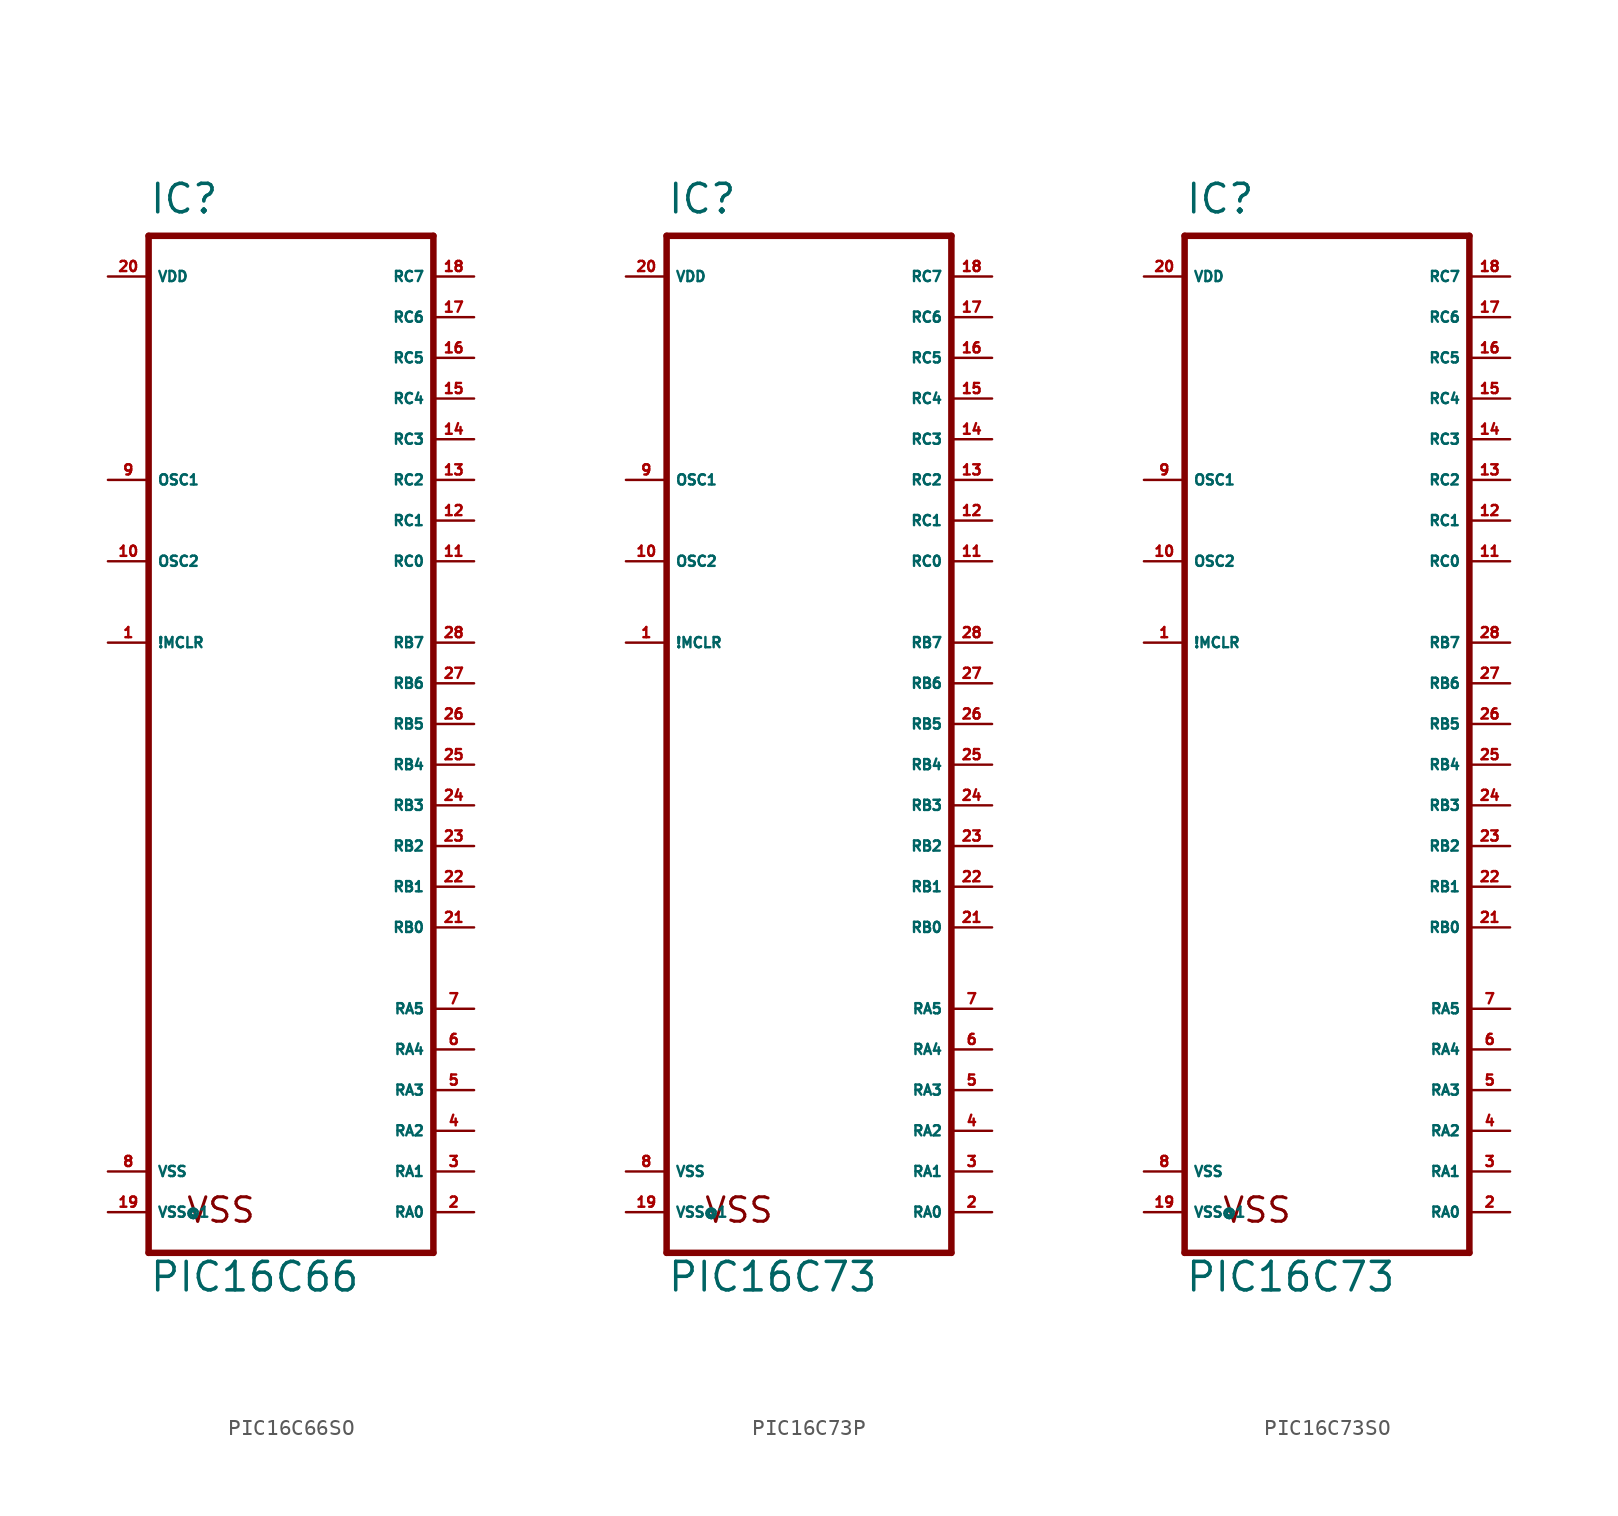
<source format=kicad_sym>
(kicad_symbol_lib
  (version 20220914)
  (generator Eagle2Kicad)
  (symbol "PIC16C66SO"
    (property "Reference" "IC"
      (at -7.62 31.75 0)
      (effects (font (size 1.778 1.778) (thickness 0.22)) (justify left bottom)))
    (property "Value" "PIC16C66"
      (at -7.62 -35.56 0)
      (effects (font (size 1.778 1.778) (thickness 0.22)) (justify left bottom)))
    (polyline
      (pts (xy -7.62 -33.02) (xy 10.16 -33.02))
      (stroke (width 0.406) (type default))
      (fill (type none)))
    (polyline
      (pts (xy 10.16 -33.02) (xy 10.16 30.48))
      (stroke (width 0.406) (type default))
      (fill (type none)))
    (polyline
      (pts (xy 10.16 30.48) (xy -7.62 30.48))
      (stroke (width 0.406) (type default))
      (fill (type none)))
    (polyline
      (pts (xy -7.62 30.48) (xy -7.62 -33.02))
      (stroke (width 0.406) (type default))
      (fill (type none)))
    (text "VSS"
      (at -5.334 -31.242 0)
      (effects (font (size 1.524 1.524) (thickness 0.19)) (justify left bottom)))
    (pin input line
      (at -10.16 5.08 0)
      (length 2.54)
      (name "!MCLR" (effects (font (size 0.635 0.635) (thickness 0.08)) (justify left bottom)))
      (number "1" (effects (font (size 0.635 0.635) (thickness 0.08)) (justify left bottom))))
    (pin bidirectional line
      (at -10.16 15.24 0)
      (length 2.54)
      (name "OSC1" (effects (font (size 0.635 0.635) (thickness 0.08)) (justify left bottom)))
      (number "9" (effects (font (size 0.635 0.635) (thickness 0.08)) (justify left bottom))))
    (pin bidirectional line
      (at 12.7 -30.48 180)
      (length 2.54)
      (name "RA0" (effects (font (size 0.635 0.635) (thickness 0.08)) (justify left bottom)))
      (number "2" (effects (font (size 0.635 0.635) (thickness 0.08)) (justify left bottom))))
    (pin bidirectional line
      (at 12.7 -27.94 180)
      (length 2.54)
      (name "RA1" (effects (font (size 0.635 0.635) (thickness 0.08)) (justify left bottom)))
      (number "3" (effects (font (size 0.635 0.635) (thickness 0.08)) (justify left bottom))))
    (pin bidirectional line
      (at 12.7 -25.4 180)
      (length 2.54)
      (name "RA2" (effects (font (size 0.635 0.635) (thickness 0.08)) (justify left bottom)))
      (number "4" (effects (font (size 0.635 0.635) (thickness 0.08)) (justify left bottom))))
    (pin bidirectional line
      (at 12.7 -22.86 180)
      (length 2.54)
      (name "RA3" (effects (font (size 0.635 0.635) (thickness 0.08)) (justify left bottom)))
      (number "5" (effects (font (size 0.635 0.635) (thickness 0.08)) (justify left bottom))))
    (pin bidirectional line
      (at 12.7 -20.32 180)
      (length 2.54)
      (name "RA4" (effects (font (size 0.635 0.635) (thickness 0.08)) (justify left bottom)))
      (number "6" (effects (font (size 0.635 0.635) (thickness 0.08)) (justify left bottom))))
    (pin bidirectional line
      (at 12.7 -17.78 180)
      (length 2.54)
      (name "RA5" (effects (font (size 0.635 0.635) (thickness 0.08)) (justify left bottom)))
      (number "7" (effects (font (size 0.635 0.635) (thickness 0.08)) (justify left bottom))))
    (pin bidirectional line
      (at -10.16 10.16 0)
      (length 2.54)
      (name "OSC2" (effects (font (size 0.635 0.635) (thickness 0.08)) (justify left bottom)))
      (number "10" (effects (font (size 0.635 0.635) (thickness 0.08)) (justify left bottom))))
    (pin bidirectional line
      (at 12.7 27.94 180)
      (length 2.54)
      (name "RC7" (effects (font (size 0.635 0.635) (thickness 0.08)) (justify left bottom)))
      (number "18" (effects (font (size 0.635 0.635) (thickness 0.08)) (justify left bottom))))
    (pin bidirectional line
      (at 12.7 25.4 180)
      (length 2.54)
      (name "RC6" (effects (font (size 0.635 0.635) (thickness 0.08)) (justify left bottom)))
      (number "17" (effects (font (size 0.635 0.635) (thickness 0.08)) (justify left bottom))))
    (pin bidirectional line
      (at 12.7 22.86 180)
      (length 2.54)
      (name "RC5" (effects (font (size 0.635 0.635) (thickness 0.08)) (justify left bottom)))
      (number "16" (effects (font (size 0.635 0.635) (thickness 0.08)) (justify left bottom))))
    (pin bidirectional line
      (at 12.7 20.32 180)
      (length 2.54)
      (name "RC4" (effects (font (size 0.635 0.635) (thickness 0.08)) (justify left bottom)))
      (number "15" (effects (font (size 0.635 0.635) (thickness 0.08)) (justify left bottom))))
    (pin bidirectional line
      (at 12.7 17.78 180)
      (length 2.54)
      (name "RC3" (effects (font (size 0.635 0.635) (thickness 0.08)) (justify left bottom)))
      (number "14" (effects (font (size 0.635 0.635) (thickness 0.08)) (justify left bottom))))
    (pin bidirectional line
      (at 12.7 15.24 180)
      (length 2.54)
      (name "RC2" (effects (font (size 0.635 0.635) (thickness 0.08)) (justify left bottom)))
      (number "13" (effects (font (size 0.635 0.635) (thickness 0.08)) (justify left bottom))))
    (pin bidirectional line
      (at 12.7 12.7 180)
      (length 2.54)
      (name "RC1" (effects (font (size 0.635 0.635) (thickness 0.08)) (justify left bottom)))
      (number "12" (effects (font (size 0.635 0.635) (thickness 0.08)) (justify left bottom))))
    (pin bidirectional line
      (at 12.7 10.16 180)
      (length 2.54)
      (name "RC0" (effects (font (size 0.635 0.635) (thickness 0.08)) (justify left bottom)))
      (number "11" (effects (font (size 0.635 0.635) (thickness 0.08)) (justify left bottom))))
    (pin bidirectional line
      (at 12.7 5.08 180)
      (length 2.54)
      (name "RB7" (effects (font (size 0.635 0.635) (thickness 0.08)) (justify left bottom)))
      (number "28" (effects (font (size 0.635 0.635) (thickness 0.08)) (justify left bottom))))
    (pin bidirectional line
      (at 12.7 2.54 180)
      (length 2.54)
      (name "RB6" (effects (font (size 0.635 0.635) (thickness 0.08)) (justify left bottom)))
      (number "27" (effects (font (size 0.635 0.635) (thickness 0.08)) (justify left bottom))))
    (pin bidirectional line
      (at 12.7 0 180)
      (length 2.54)
      (name "RB5" (effects (font (size 0.635 0.635) (thickness 0.08)) (justify left bottom)))
      (number "26" (effects (font (size 0.635 0.635) (thickness 0.08)) (justify left bottom))))
    (pin bidirectional line
      (at 12.7 -2.54 180)
      (length 2.54)
      (name "RB4" (effects (font (size 0.635 0.635) (thickness 0.08)) (justify left bottom)))
      (number "25" (effects (font (size 0.635 0.635) (thickness 0.08)) (justify left bottom))))
    (pin bidirectional line
      (at 12.7 -5.08 180)
      (length 2.54)
      (name "RB3" (effects (font (size 0.635 0.635) (thickness 0.08)) (justify left bottom)))
      (number "24" (effects (font (size 0.635 0.635) (thickness 0.08)) (justify left bottom))))
    (pin bidirectional line
      (at 12.7 -7.62 180)
      (length 2.54)
      (name "RB2" (effects (font (size 0.635 0.635) (thickness 0.08)) (justify left bottom)))
      (number "23" (effects (font (size 0.635 0.635) (thickness 0.08)) (justify left bottom))))
    (pin bidirectional line
      (at 12.7 -10.16 180)
      (length 2.54)
      (name "RB1" (effects (font (size 0.635 0.635) (thickness 0.08)) (justify left bottom)))
      (number "22" (effects (font (size 0.635 0.635) (thickness 0.08)) (justify left bottom))))
    (pin bidirectional line
      (at 12.7 -12.7 180)
      (length 2.54)
      (name "RB0" (effects (font (size 0.635 0.635) (thickness 0.08)) (justify left bottom)))
      (number "21" (effects (font (size 0.635 0.635) (thickness 0.08)) (justify left bottom))))
    (pin unspecified line
      (at -10.16 -30.48 0)
      (length 2.54)
      (name "VSS@1" (effects (font (size 0.635 0.635) (thickness 0.08)) (justify left bottom)))
      (number "19" (effects (font (size 0.635 0.635) (thickness 0.08)) (justify left bottom))))
    (pin unspecified line
      (at -10.16 -27.94 0)
      (length 2.54)
      (name "VSS" (effects (font (size 0.635 0.635) (thickness 0.08)) (justify left bottom)))
      (number "8" (effects (font (size 0.635 0.635) (thickness 0.08)) (justify left bottom))))
    (pin unspecified line
      (at -10.16 27.94 0)
      (length 2.54)
      (name "VDD" (effects (font (size 0.635 0.635) (thickness 0.08)) (justify left bottom)))
      (number "20" (effects (font (size 0.635 0.635) (thickness 0.08)) (justify left bottom)))))
  (symbol "PIC16C73P"
    (property "Reference" "IC"
      (at -7.62 31.75 0)
      (effects (font (size 1.778 1.778) (thickness 0.22)) (justify left bottom)))
    (property "Value" "PIC16C73"
      (at -7.62 -35.56 0)
      (effects (font (size 1.778 1.778) (thickness 0.22)) (justify left bottom)))
    (polyline
      (pts (xy -7.62 -33.02) (xy 10.16 -33.02))
      (stroke (width 0.406) (type default))
      (fill (type none)))
    (polyline
      (pts (xy 10.16 -33.02) (xy 10.16 30.48))
      (stroke (width 0.406) (type default))
      (fill (type none)))
    (polyline
      (pts (xy 10.16 30.48) (xy -7.62 30.48))
      (stroke (width 0.406) (type default))
      (fill (type none)))
    (polyline
      (pts (xy -7.62 30.48) (xy -7.62 -33.02))
      (stroke (width 0.406) (type default))
      (fill (type none)))
    (text "VSS"
      (at -5.334 -31.242 0)
      (effects (font (size 1.524 1.524) (thickness 0.19)) (justify left bottom)))
    (pin input line
      (at -10.16 5.08 0)
      (length 2.54)
      (name "!MCLR" (effects (font (size 0.635 0.635) (thickness 0.08)) (justify left bottom)))
      (number "1" (effects (font (size 0.635 0.635) (thickness 0.08)) (justify left bottom))))
    (pin bidirectional line
      (at -10.16 15.24 0)
      (length 2.54)
      (name "OSC1" (effects (font (size 0.635 0.635) (thickness 0.08)) (justify left bottom)))
      (number "9" (effects (font (size 0.635 0.635) (thickness 0.08)) (justify left bottom))))
    (pin bidirectional line
      (at 12.7 -30.48 180)
      (length 2.54)
      (name "RA0" (effects (font (size 0.635 0.635) (thickness 0.08)) (justify left bottom)))
      (number "2" (effects (font (size 0.635 0.635) (thickness 0.08)) (justify left bottom))))
    (pin bidirectional line
      (at 12.7 -27.94 180)
      (length 2.54)
      (name "RA1" (effects (font (size 0.635 0.635) (thickness 0.08)) (justify left bottom)))
      (number "3" (effects (font (size 0.635 0.635) (thickness 0.08)) (justify left bottom))))
    (pin bidirectional line
      (at 12.7 -25.4 180)
      (length 2.54)
      (name "RA2" (effects (font (size 0.635 0.635) (thickness 0.08)) (justify left bottom)))
      (number "4" (effects (font (size 0.635 0.635) (thickness 0.08)) (justify left bottom))))
    (pin bidirectional line
      (at 12.7 -22.86 180)
      (length 2.54)
      (name "RA3" (effects (font (size 0.635 0.635) (thickness 0.08)) (justify left bottom)))
      (number "5" (effects (font (size 0.635 0.635) (thickness 0.08)) (justify left bottom))))
    (pin bidirectional line
      (at 12.7 -20.32 180)
      (length 2.54)
      (name "RA4" (effects (font (size 0.635 0.635) (thickness 0.08)) (justify left bottom)))
      (number "6" (effects (font (size 0.635 0.635) (thickness 0.08)) (justify left bottom))))
    (pin bidirectional line
      (at 12.7 -17.78 180)
      (length 2.54)
      (name "RA5" (effects (font (size 0.635 0.635) (thickness 0.08)) (justify left bottom)))
      (number "7" (effects (font (size 0.635 0.635) (thickness 0.08)) (justify left bottom))))
    (pin bidirectional line
      (at -10.16 10.16 0)
      (length 2.54)
      (name "OSC2" (effects (font (size 0.635 0.635) (thickness 0.08)) (justify left bottom)))
      (number "10" (effects (font (size 0.635 0.635) (thickness 0.08)) (justify left bottom))))
    (pin bidirectional line
      (at 12.7 27.94 180)
      (length 2.54)
      (name "RC7" (effects (font (size 0.635 0.635) (thickness 0.08)) (justify left bottom)))
      (number "18" (effects (font (size 0.635 0.635) (thickness 0.08)) (justify left bottom))))
    (pin bidirectional line
      (at 12.7 25.4 180)
      (length 2.54)
      (name "RC6" (effects (font (size 0.635 0.635) (thickness 0.08)) (justify left bottom)))
      (number "17" (effects (font (size 0.635 0.635) (thickness 0.08)) (justify left bottom))))
    (pin bidirectional line
      (at 12.7 22.86 180)
      (length 2.54)
      (name "RC5" (effects (font (size 0.635 0.635) (thickness 0.08)) (justify left bottom)))
      (number "16" (effects (font (size 0.635 0.635) (thickness 0.08)) (justify left bottom))))
    (pin bidirectional line
      (at 12.7 20.32 180)
      (length 2.54)
      (name "RC4" (effects (font (size 0.635 0.635) (thickness 0.08)) (justify left bottom)))
      (number "15" (effects (font (size 0.635 0.635) (thickness 0.08)) (justify left bottom))))
    (pin bidirectional line
      (at 12.7 17.78 180)
      (length 2.54)
      (name "RC3" (effects (font (size 0.635 0.635) (thickness 0.08)) (justify left bottom)))
      (number "14" (effects (font (size 0.635 0.635) (thickness 0.08)) (justify left bottom))))
    (pin bidirectional line
      (at 12.7 15.24 180)
      (length 2.54)
      (name "RC2" (effects (font (size 0.635 0.635) (thickness 0.08)) (justify left bottom)))
      (number "13" (effects (font (size 0.635 0.635) (thickness 0.08)) (justify left bottom))))
    (pin bidirectional line
      (at 12.7 12.7 180)
      (length 2.54)
      (name "RC1" (effects (font (size 0.635 0.635) (thickness 0.08)) (justify left bottom)))
      (number "12" (effects (font (size 0.635 0.635) (thickness 0.08)) (justify left bottom))))
    (pin bidirectional line
      (at 12.7 10.16 180)
      (length 2.54)
      (name "RC0" (effects (font (size 0.635 0.635) (thickness 0.08)) (justify left bottom)))
      (number "11" (effects (font (size 0.635 0.635) (thickness 0.08)) (justify left bottom))))
    (pin bidirectional line
      (at 12.7 5.08 180)
      (length 2.54)
      (name "RB7" (effects (font (size 0.635 0.635) (thickness 0.08)) (justify left bottom)))
      (number "28" (effects (font (size 0.635 0.635) (thickness 0.08)) (justify left bottom))))
    (pin bidirectional line
      (at 12.7 2.54 180)
      (length 2.54)
      (name "RB6" (effects (font (size 0.635 0.635) (thickness 0.08)) (justify left bottom)))
      (number "27" (effects (font (size 0.635 0.635) (thickness 0.08)) (justify left bottom))))
    (pin bidirectional line
      (at 12.7 0 180)
      (length 2.54)
      (name "RB5" (effects (font (size 0.635 0.635) (thickness 0.08)) (justify left bottom)))
      (number "26" (effects (font (size 0.635 0.635) (thickness 0.08)) (justify left bottom))))
    (pin bidirectional line
      (at 12.7 -2.54 180)
      (length 2.54)
      (name "RB4" (effects (font (size 0.635 0.635) (thickness 0.08)) (justify left bottom)))
      (number "25" (effects (font (size 0.635 0.635) (thickness 0.08)) (justify left bottom))))
    (pin bidirectional line
      (at 12.7 -5.08 180)
      (length 2.54)
      (name "RB3" (effects (font (size 0.635 0.635) (thickness 0.08)) (justify left bottom)))
      (number "24" (effects (font (size 0.635 0.635) (thickness 0.08)) (justify left bottom))))
    (pin bidirectional line
      (at 12.7 -7.62 180)
      (length 2.54)
      (name "RB2" (effects (font (size 0.635 0.635) (thickness 0.08)) (justify left bottom)))
      (number "23" (effects (font (size 0.635 0.635) (thickness 0.08)) (justify left bottom))))
    (pin bidirectional line
      (at 12.7 -10.16 180)
      (length 2.54)
      (name "RB1" (effects (font (size 0.635 0.635) (thickness 0.08)) (justify left bottom)))
      (number "22" (effects (font (size 0.635 0.635) (thickness 0.08)) (justify left bottom))))
    (pin bidirectional line
      (at 12.7 -12.7 180)
      (length 2.54)
      (name "RB0" (effects (font (size 0.635 0.635) (thickness 0.08)) (justify left bottom)))
      (number "21" (effects (font (size 0.635 0.635) (thickness 0.08)) (justify left bottom))))
    (pin unspecified line
      (at -10.16 -30.48 0)
      (length 2.54)
      (name "VSS@1" (effects (font (size 0.635 0.635) (thickness 0.08)) (justify left bottom)))
      (number "19" (effects (font (size 0.635 0.635) (thickness 0.08)) (justify left bottom))))
    (pin unspecified line
      (at -10.16 -27.94 0)
      (length 2.54)
      (name "VSS" (effects (font (size 0.635 0.635) (thickness 0.08)) (justify left bottom)))
      (number "8" (effects (font (size 0.635 0.635) (thickness 0.08)) (justify left bottom))))
    (pin unspecified line
      (at -10.16 27.94 0)
      (length 2.54)
      (name "VDD" (effects (font (size 0.635 0.635) (thickness 0.08)) (justify left bottom)))
      (number "20" (effects (font (size 0.635 0.635) (thickness 0.08)) (justify left bottom)))))
  (symbol "PIC16C73SO"
    (property "Reference" "IC"
      (at -7.62 31.75 0)
      (effects (font (size 1.778 1.778) (thickness 0.22)) (justify left bottom)))
    (property "Value" "PIC16C73"
      (at -7.62 -35.56 0)
      (effects (font (size 1.778 1.778) (thickness 0.22)) (justify left bottom)))
    (polyline
      (pts (xy -7.62 -33.02) (xy 10.16 -33.02))
      (stroke (width 0.406) (type default))
      (fill (type none)))
    (polyline
      (pts (xy 10.16 -33.02) (xy 10.16 30.48))
      (stroke (width 0.406) (type default))
      (fill (type none)))
    (polyline
      (pts (xy 10.16 30.48) (xy -7.62 30.48))
      (stroke (width 0.406) (type default))
      (fill (type none)))
    (polyline
      (pts (xy -7.62 30.48) (xy -7.62 -33.02))
      (stroke (width 0.406) (type default))
      (fill (type none)))
    (text "VSS"
      (at -5.334 -31.242 0)
      (effects (font (size 1.524 1.524) (thickness 0.19)) (justify left bottom)))
    (pin input line
      (at -10.16 5.08 0)
      (length 2.54)
      (name "!MCLR" (effects (font (size 0.635 0.635) (thickness 0.08)) (justify left bottom)))
      (number "1" (effects (font (size 0.635 0.635) (thickness 0.08)) (justify left bottom))))
    (pin bidirectional line
      (at -10.16 15.24 0)
      (length 2.54)
      (name "OSC1" (effects (font (size 0.635 0.635) (thickness 0.08)) (justify left bottom)))
      (number "9" (effects (font (size 0.635 0.635) (thickness 0.08)) (justify left bottom))))
    (pin bidirectional line
      (at 12.7 -30.48 180)
      (length 2.54)
      (name "RA0" (effects (font (size 0.635 0.635) (thickness 0.08)) (justify left bottom)))
      (number "2" (effects (font (size 0.635 0.635) (thickness 0.08)) (justify left bottom))))
    (pin bidirectional line
      (at 12.7 -27.94 180)
      (length 2.54)
      (name "RA1" (effects (font (size 0.635 0.635) (thickness 0.08)) (justify left bottom)))
      (number "3" (effects (font (size 0.635 0.635) (thickness 0.08)) (justify left bottom))))
    (pin bidirectional line
      (at 12.7 -25.4 180)
      (length 2.54)
      (name "RA2" (effects (font (size 0.635 0.635) (thickness 0.08)) (justify left bottom)))
      (number "4" (effects (font (size 0.635 0.635) (thickness 0.08)) (justify left bottom))))
    (pin bidirectional line
      (at 12.7 -22.86 180)
      (length 2.54)
      (name "RA3" (effects (font (size 0.635 0.635) (thickness 0.08)) (justify left bottom)))
      (number "5" (effects (font (size 0.635 0.635) (thickness 0.08)) (justify left bottom))))
    (pin bidirectional line
      (at 12.7 -20.32 180)
      (length 2.54)
      (name "RA4" (effects (font (size 0.635 0.635) (thickness 0.08)) (justify left bottom)))
      (number "6" (effects (font (size 0.635 0.635) (thickness 0.08)) (justify left bottom))))
    (pin bidirectional line
      (at 12.7 -17.78 180)
      (length 2.54)
      (name "RA5" (effects (font (size 0.635 0.635) (thickness 0.08)) (justify left bottom)))
      (number "7" (effects (font (size 0.635 0.635) (thickness 0.08)) (justify left bottom))))
    (pin bidirectional line
      (at -10.16 10.16 0)
      (length 2.54)
      (name "OSC2" (effects (font (size 0.635 0.635) (thickness 0.08)) (justify left bottom)))
      (number "10" (effects (font (size 0.635 0.635) (thickness 0.08)) (justify left bottom))))
    (pin bidirectional line
      (at 12.7 27.94 180)
      (length 2.54)
      (name "RC7" (effects (font (size 0.635 0.635) (thickness 0.08)) (justify left bottom)))
      (number "18" (effects (font (size 0.635 0.635) (thickness 0.08)) (justify left bottom))))
    (pin bidirectional line
      (at 12.7 25.4 180)
      (length 2.54)
      (name "RC6" (effects (font (size 0.635 0.635) (thickness 0.08)) (justify left bottom)))
      (number "17" (effects (font (size 0.635 0.635) (thickness 0.08)) (justify left bottom))))
    (pin bidirectional line
      (at 12.7 22.86 180)
      (length 2.54)
      (name "RC5" (effects (font (size 0.635 0.635) (thickness 0.08)) (justify left bottom)))
      (number "16" (effects (font (size 0.635 0.635) (thickness 0.08)) (justify left bottom))))
    (pin bidirectional line
      (at 12.7 20.32 180)
      (length 2.54)
      (name "RC4" (effects (font (size 0.635 0.635) (thickness 0.08)) (justify left bottom)))
      (number "15" (effects (font (size 0.635 0.635) (thickness 0.08)) (justify left bottom))))
    (pin bidirectional line
      (at 12.7 17.78 180)
      (length 2.54)
      (name "RC3" (effects (font (size 0.635 0.635) (thickness 0.08)) (justify left bottom)))
      (number "14" (effects (font (size 0.635 0.635) (thickness 0.08)) (justify left bottom))))
    (pin bidirectional line
      (at 12.7 15.24 180)
      (length 2.54)
      (name "RC2" (effects (font (size 0.635 0.635) (thickness 0.08)) (justify left bottom)))
      (number "13" (effects (font (size 0.635 0.635) (thickness 0.08)) (justify left bottom))))
    (pin bidirectional line
      (at 12.7 12.7 180)
      (length 2.54)
      (name "RC1" (effects (font (size 0.635 0.635) (thickness 0.08)) (justify left bottom)))
      (number "12" (effects (font (size 0.635 0.635) (thickness 0.08)) (justify left bottom))))
    (pin bidirectional line
      (at 12.7 10.16 180)
      (length 2.54)
      (name "RC0" (effects (font (size 0.635 0.635) (thickness 0.08)) (justify left bottom)))
      (number "11" (effects (font (size 0.635 0.635) (thickness 0.08)) (justify left bottom))))
    (pin bidirectional line
      (at 12.7 5.08 180)
      (length 2.54)
      (name "RB7" (effects (font (size 0.635 0.635) (thickness 0.08)) (justify left bottom)))
      (number "28" (effects (font (size 0.635 0.635) (thickness 0.08)) (justify left bottom))))
    (pin bidirectional line
      (at 12.7 2.54 180)
      (length 2.54)
      (name "RB6" (effects (font (size 0.635 0.635) (thickness 0.08)) (justify left bottom)))
      (number "27" (effects (font (size 0.635 0.635) (thickness 0.08)) (justify left bottom))))
    (pin bidirectional line
      (at 12.7 0 180)
      (length 2.54)
      (name "RB5" (effects (font (size 0.635 0.635) (thickness 0.08)) (justify left bottom)))
      (number "26" (effects (font (size 0.635 0.635) (thickness 0.08)) (justify left bottom))))
    (pin bidirectional line
      (at 12.7 -2.54 180)
      (length 2.54)
      (name "RB4" (effects (font (size 0.635 0.635) (thickness 0.08)) (justify left bottom)))
      (number "25" (effects (font (size 0.635 0.635) (thickness 0.08)) (justify left bottom))))
    (pin bidirectional line
      (at 12.7 -5.08 180)
      (length 2.54)
      (name "RB3" (effects (font (size 0.635 0.635) (thickness 0.08)) (justify left bottom)))
      (number "24" (effects (font (size 0.635 0.635) (thickness 0.08)) (justify left bottom))))
    (pin bidirectional line
      (at 12.7 -7.62 180)
      (length 2.54)
      (name "RB2" (effects (font (size 0.635 0.635) (thickness 0.08)) (justify left bottom)))
      (number "23" (effects (font (size 0.635 0.635) (thickness 0.08)) (justify left bottom))))
    (pin bidirectional line
      (at 12.7 -10.16 180)
      (length 2.54)
      (name "RB1" (effects (font (size 0.635 0.635) (thickness 0.08)) (justify left bottom)))
      (number "22" (effects (font (size 0.635 0.635) (thickness 0.08)) (justify left bottom))))
    (pin bidirectional line
      (at 12.7 -12.7 180)
      (length 2.54)
      (name "RB0" (effects (font (size 0.635 0.635) (thickness 0.08)) (justify left bottom)))
      (number "21" (effects (font (size 0.635 0.635) (thickness 0.08)) (justify left bottom))))
    (pin unspecified line
      (at -10.16 -30.48 0)
      (length 2.54)
      (name "VSS@1" (effects (font (size 0.635 0.635) (thickness 0.08)) (justify left bottom)))
      (number "19" (effects (font (size 0.635 0.635) (thickness 0.08)) (justify left bottom))))
    (pin unspecified line
      (at -10.16 -27.94 0)
      (length 2.54)
      (name "VSS" (effects (font (size 0.635 0.635) (thickness 0.08)) (justify left bottom)))
      (number "8" (effects (font (size 0.635 0.635) (thickness 0.08)) (justify left bottom))))
    (pin unspecified line
      (at -10.16 27.94 0)
      (length 2.54)
      (name "VDD" (effects (font (size 0.635 0.635) (thickness 0.08)) (justify left bottom)))
      (number "20" (effects (font (size 0.635 0.635) (thickness 0.08)) (justify left bottom))))))
</source>
